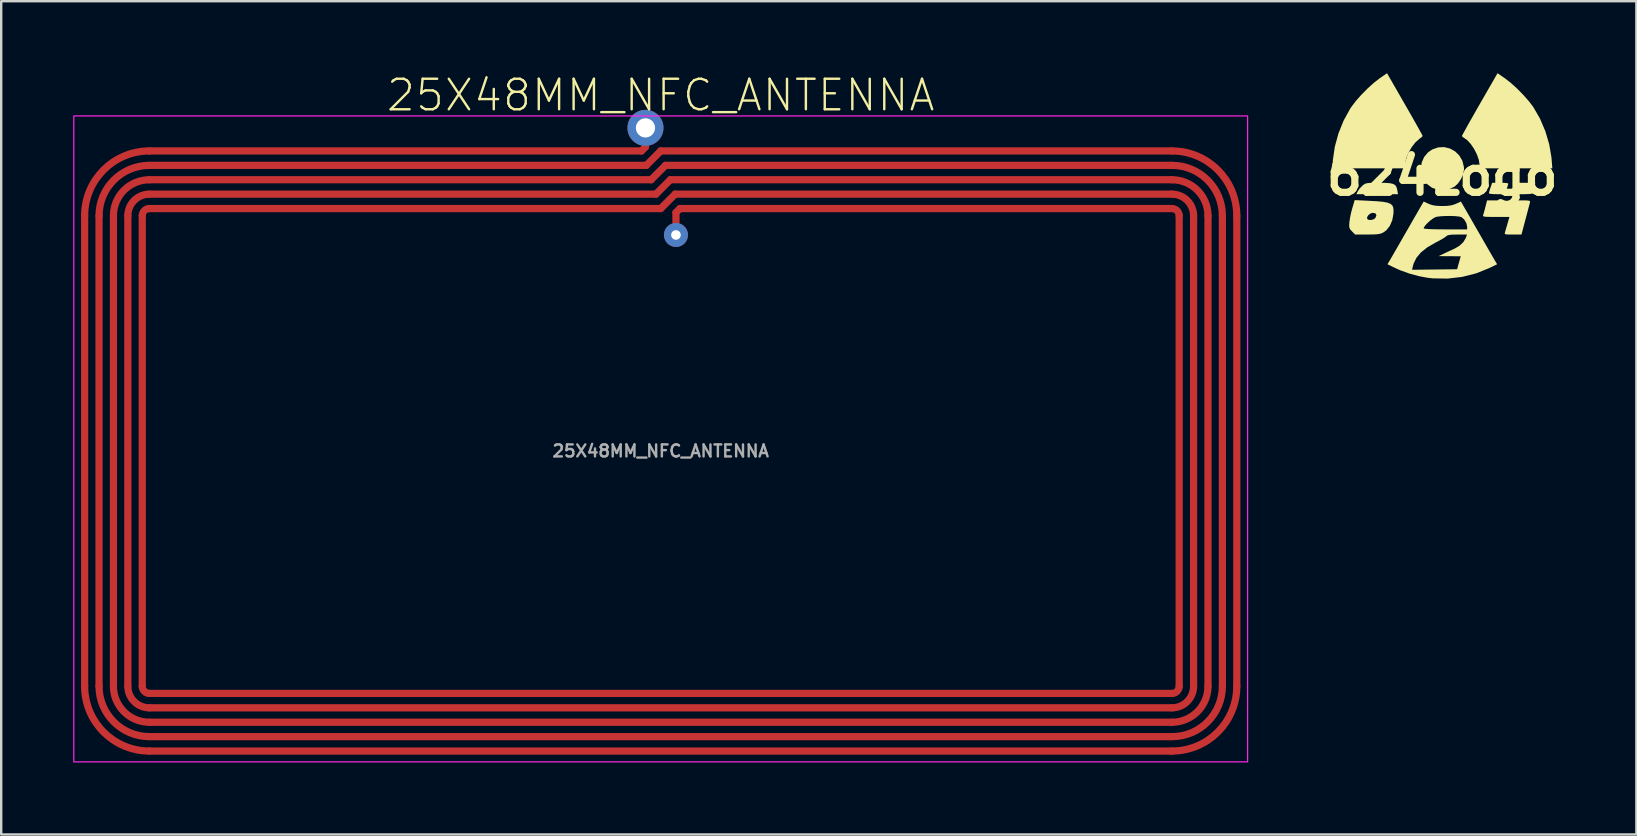
<source format=kicad_pcb>
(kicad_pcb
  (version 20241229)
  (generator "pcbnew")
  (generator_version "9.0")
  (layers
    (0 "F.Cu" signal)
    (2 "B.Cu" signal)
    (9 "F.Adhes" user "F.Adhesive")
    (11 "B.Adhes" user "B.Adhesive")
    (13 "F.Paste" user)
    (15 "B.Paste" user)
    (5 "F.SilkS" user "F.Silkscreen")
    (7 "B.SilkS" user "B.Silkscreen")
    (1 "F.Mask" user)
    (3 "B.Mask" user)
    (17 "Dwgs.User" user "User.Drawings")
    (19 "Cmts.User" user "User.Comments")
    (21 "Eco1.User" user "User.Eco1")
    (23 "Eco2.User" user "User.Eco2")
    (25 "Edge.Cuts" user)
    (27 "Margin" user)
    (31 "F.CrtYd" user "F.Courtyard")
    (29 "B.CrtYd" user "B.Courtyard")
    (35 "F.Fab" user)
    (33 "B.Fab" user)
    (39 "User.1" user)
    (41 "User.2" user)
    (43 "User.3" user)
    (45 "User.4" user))
  (footprint "25X48MM_NFC_ANTENNA"
    (layer "F.Cu")
    (at 24.476 15.739)
    (property "Reference" "25X48MM_NFC_ANTENNA" (at 0 -14.82 0) (layer "F.SilkS") (effects (font (size 1.27 1.27) (thickness 0.1))))
    (fp_line (start -24 -9.8) (end -24 9.8) (stroke (width 0.3) (type default)) (layer "F.Cu"))
    (fp_line (start -23.4 -9.8) (end -23.4 9.8) (stroke (width 0.3) (type default)) (layer "F.Cu"))
    (fp_line (start -22.8 -9.8) (end -22.8 9.8) (stroke (width 0.3) (type default)) (layer "F.Cu"))
    (fp_line (start -22.2 -9.8) (end -22.2 9.8) (stroke (width 0.3) (type default)) (layer "F.Cu"))
    (fp_line (start -21.6 -9.8) (end -21.6 9.8) (stroke (width 0.3) (type default)) (layer "F.Cu"))
    (fp_line (start -21.3 -11.9) (end -0.6 -11.9) (stroke (width 0.3) (type default)) (layer "F.Cu"))
    (fp_line (start -21.3 -11.3) (end -0.4 -11.3) (stroke (width 0.3) (type default)) (layer "F.Cu"))
    (fp_line (start -21.3 -10.7) (end -0.2 -10.7) (stroke (width 0.3) (type default)) (layer "F.Cu"))
    (fp_line (start -21.3 -10.1) (end 0 -10.1) (stroke (width 0.3) (type default)) (layer "F.Cu"))
    (fp_line (start -21.3 10.1) (end 21.3 10.1) (stroke (width 0.3) (type default)) (layer "F.Cu"))
    (fp_line (start -21.3 10.7) (end 21.3 10.7) (stroke (width 0.3) (type default)) (layer "F.Cu"))
    (fp_line (start -21.3 11.3) (end 21.3 11.3) (stroke (width 0.3) (type default)) (layer "F.Cu"))
    (fp_line (start -21.3 11.9) (end 21.3 11.9) (stroke (width 0.3) (type default)) (layer "F.Cu"))
    (fp_line (start -21.3 12.5) (end 21.3 12.5) (stroke (width 0.3) (type default)) (layer "F.Cu"))
    (fp_line (start -0.8 -12.5) (end -21.3 -12.5) (stroke (width 0.3) (type default)) (layer "F.Cu"))
    (fp_line (start -0.635 -13.462) (end -0.635 -13.335) (stroke (width 0.3) (type default)) (layer "F.Cu"))
    (fp_line (start -0.635 -13.335) (end -0.635 -12.665) (stroke (width 0.3) (type default)) (layer "F.Cu"))
    (fp_line (start -0.635 -12.665) (end -0.8 -12.5) (stroke (width 0.3) (type default)) (layer "F.Cu"))
    (fp_line (start -0.6 -11.9) (end 0 -12.5) (stroke (width 0.3) (type default)) (layer "F.Cu"))
    (fp_line (start -0.4 -11.3) (end 0.2 -11.9) (stroke (width 0.3) (type default)) (layer "F.Cu"))
    (fp_line (start -0.2 -10.7) (end 0.4 -11.3) (stroke (width 0.3) (type default)) (layer "F.Cu"))
    (fp_line (start 0 -12.5) (end 21.3 -12.5) (stroke (width 0.3) (type default)) (layer "F.Cu"))
    (fp_line (start 0 -10.1) (end 0.6 -10.7) (stroke (width 0.3) (type default)) (layer "F.Cu"))
    (fp_line (start 0.2 -11.9) (end 21.3 -11.9) (stroke (width 0.3) (type default)) (layer "F.Cu"))
    (fp_line (start 0.4 -11.3) (end 21.3 -11.3) (stroke (width 0.3) (type default)) (layer "F.Cu"))
    (fp_line (start 0.6 -10.7) (end 21.3 -10.7) (stroke (width 0.3) (type default)) (layer "F.Cu"))
    (fp_line (start 0.635 -9.935) (end 0.635 -9.525) (stroke (width 0.3) (type default)) (layer "F.Cu"))
    (fp_line (start 0.8 -10.1) (end 0.635 -9.935) (stroke (width 0.3) (type default)) (layer "F.Cu"))
    (fp_line (start 21.3 -10.1) (end 0.8 -10.1) (stroke (width 0.3) (type default)) (layer "F.Cu"))
    (fp_line (start 21.6 -9.8) (end 21.6 9.8) (stroke (width 0.3) (type default)) (layer "F.Cu"))
    (fp_line (start 22.2 -9.8) (end 22.2 9.8) (stroke (width 0.3) (type default)) (layer "F.Cu"))
    (fp_line (start 22.8 -9.8) (end 22.8 9.8) (stroke (width 0.3) (type default)) (layer "F.Cu"))
    (fp_line (start 23.4 -9.8) (end 23.4 9.8) (stroke (width 0.3) (type default)) (layer "F.Cu"))
    (fp_line (start 24 -9.8) (end 24 9.8) (stroke (width 0.3) (type default)) (layer "F.Cu"))
    (fp_arc (start -24 -9.8001) (mid -23.209159 -11.709359) (end -21.2999 -12.5001) (stroke (width 0.3) (type default)) (layer "F.Cu"))
    (fp_arc (start -23.4 -9.8001) (mid -22.784789 -11.284901) (end -21.2999 -11.8999) (stroke (width 0.3) (type default)) (layer "F.Cu"))
    (fp_arc (start -22.8001 -9.8001) (mid -22.360683 -10.860796) (end -21.2999 -11.3) (stroke (width 0.3) (type default)) (layer "F.Cu"))
    (fp_arc (start -22.1999 -9.8001) (mid -21.936296 -10.436496) (end -21.2999 -10.7) (stroke (width 0.3) (type default)) (layer "F.Cu"))
    (fp_arc (start -21.5999 -9.8001) (mid -21.512032 -10.012232) (end -21.2999 -10.1001) (stroke (width 0.3) (type default)) (layer "F.Cu"))
    (fp_arc (start -21.2999 10.1001) (mid -21.512032 10.012232) (end -21.5999 9.8001) (stroke (width 0.3) (type default)) (layer "F.Cu"))
    (fp_arc (start -21.2999 10.7) (mid -21.936225 10.436425) (end -22.1999 9.8001) (stroke (width 0.3) (type default)) (layer "F.Cu"))
    (fp_arc (start -21.2999 11.3) (mid -22.360683 10.860796) (end -22.8001 9.8001) (stroke (width 0.3) (type default)) (layer "F.Cu"))
    (fp_arc (start -21.2999 11.8999) (mid -22.784789 11.284901) (end -23.4 9.8001) (stroke (width 0.3) (type default)) (layer "F.Cu"))
    (fp_arc (start -21.2999 12.5001) (mid -23.209088 11.709288) (end -24 9.8001) (stroke (width 0.3) (type default)) (layer "F.Cu"))
    (fp_arc (start 21.2999 -12.5001) (mid 23.209088 -11.709288) (end 24 -9.8001) (stroke (width 0.3) (type default)) (layer "F.Cu"))
    (fp_arc (start 21.2999 -11.8999) (mid 22.784789 -11.284901) (end 23.4 -9.8001) (stroke (width 0.3) (type default)) (layer "F.Cu"))
    (fp_arc (start 21.2999 -11.3) (mid 22.360683 -10.860796) (end 22.8001 -9.8001) (stroke (width 0.3) (type default)) (layer "F.Cu"))
    (fp_arc (start 21.2999 -10.7) (mid 21.936225 -10.436425) (end 22.1999 -9.8001) (stroke (width 0.3) (type default)) (layer "F.Cu"))
    (fp_arc (start 21.2999 -10.1001) (mid 21.512032 -10.012232) (end 21.5999 -9.8001) (stroke (width 0.3) (type default)) (layer "F.Cu"))
    (fp_arc (start 21.5999 9.8001) (mid 21.512032 10.012232) (end 21.2999 10.1001) (stroke (width 0.3) (type default)) (layer "F.Cu"))
    (fp_arc (start 22.1999 9.8001) (mid 21.936296 10.436496) (end 21.2999 10.7) (stroke (width 0.3) (type default)) (layer "F.Cu"))
    (fp_arc (start 22.8001 9.8001) (mid 22.360683 10.860796) (end 21.2999 11.3) (stroke (width 0.3) (type default)) (layer "F.Cu"))
    (fp_arc (start 23.4 9.8001) (mid 22.784789 11.284901) (end 21.2999 11.8999) (stroke (width 0.3) (type default)) (layer "F.Cu"))
    (fp_arc (start 24 9.8001) (mid 23.209159 11.709359) (end 21.2999 12.5001) (stroke (width 0.3) (type default)) (layer "F.Cu"))
    (fp_line (start -24 -9.8) (end -24 9.8) (stroke (width 0.402) (type default)) (layer "F.Mask"))
    (fp_line (start -23.4 -9.8) (end -23.4 9.8) (stroke (width 0.402) (type default)) (layer "F.Mask"))
    (fp_line (start -22.8 -9.8) (end -22.8 9.8) (stroke (width 0.402) (type default)) (layer "F.Mask"))
    (fp_line (start -22.2 -9.8) (end -22.2 9.8) (stroke (width 0.402) (type default)) (layer "F.Mask"))
    (fp_line (start -21.6 -9.8) (end -21.6 9.8) (stroke (width 0.402) (type default)) (layer "F.Mask"))
    (fp_line (start -21.3 -11.9) (end -0.6 -11.9) (stroke (width 0.402) (type default)) (layer "F.Mask"))
    (fp_line (start -21.3 -11.3) (end -0.4 -11.3) (stroke (width 0.402) (type default)) (layer "F.Mask"))
    (fp_line (start -21.3 -10.7) (end -0.2 -10.7) (stroke (width 0.402) (type default)) (layer "F.Mask"))
    (fp_line (start -21.3 -10.1) (end 0 -10.1) (stroke (width 0.402) (type default)) (layer "F.Mask"))
    (fp_line (start -21.3 10.1) (end 21.3 10.1) (stroke (width 0.402) (type default)) (layer "F.Mask"))
    (fp_line (start -21.3 10.7) (end 21.3 10.7) (stroke (width 0.402) (type default)) (layer "F.Mask"))
    (fp_line (start -21.3 11.3) (end 21.3 11.3) (stroke (width 0.402) (type default)) (layer "F.Mask"))
    (fp_line (start -21.3 11.9) (end 21.3 11.9) (stroke (width 0.402) (type default)) (layer "F.Mask"))
    (fp_line (start -21.3 12.5) (end 21.3 12.5) (stroke (width 0.402) (type default)) (layer "F.Mask"))
    (fp_line (start -0.8 -12.5) (end -21.3 -12.5) (stroke (width 0.402) (type default)) (layer "F.Mask"))
    (fp_line (start -0.635 -13.462) (end -0.635 -13.335) (stroke (width 0.402) (type default)) (layer "F.Mask"))
    (fp_line (start -0.635 -13.335) (end -0.635 -12.665) (stroke (width 0.402) (type default)) (layer "F.Mask"))
    (fp_line (start -0.635 -12.665) (end -0.8 -12.5) (stroke (width 0.402) (type default)) (layer "F.Mask"))
    (fp_line (start -0.6 -11.9) (end 0 -12.5) (stroke (width 0.402) (type default)) (layer "F.Mask"))
    (fp_line (start -0.4 -11.3) (end 0.2 -11.9) (stroke (width 0.402) (type default)) (layer "F.Mask"))
    (fp_line (start -0.2 -10.7) (end 0.4 -11.3) (stroke (width 0.402) (type default)) (layer "F.Mask"))
    (fp_line (start 0 -12.5) (end 21.3 -12.5) (stroke (width 0.402) (type default)) (layer "F.Mask"))
    (fp_line (start 0 -10.1) (end 0.6 -10.7) (stroke (width 0.402) (type default)) (layer "F.Mask"))
    (fp_line (start 0.2 -11.9) (end 21.3 -11.9) (stroke (width 0.402) (type default)) (layer "F.Mask"))
    (fp_line (start 0.4 -11.3) (end 21.3 -11.3) (stroke (width 0.402) (type default)) (layer "F.Mask"))
    (fp_line (start 0.6 -10.7) (end 21.3 -10.7) (stroke (width 0.402) (type default)) (layer "F.Mask"))
    (fp_line (start 21.3 -10.1) (end 0.8 -10.1) (stroke (width 0.402) (type default)) (layer "F.Mask"))
    (fp_line (start 21.6 -9.8) (end 21.6 9.8) (stroke (width 0.402) (type default)) (layer "F.Mask"))
    (fp_line (start 22.2 -9.8) (end 22.2 9.8) (stroke (width 0.402) (type default)) (layer "F.Mask"))
    (fp_line (start 22.8 -9.8) (end 22.8 9.8) (stroke (width 0.402) (type default)) (layer "F.Mask"))
    (fp_line (start 23.4 -9.8) (end 23.4 9.8) (stroke (width 0.402) (type default)) (layer "F.Mask"))
    (fp_line (start 24 -9.8) (end 24 9.8) (stroke (width 0.402) (type default)) (layer "F.Mask"))
    (fp_arc (start -24 -9.8001) (mid -23.209159 -11.709359) (end -21.2999 -12.5001) (stroke (width 0.4016) (type default)) (layer "F.Mask"))
    (fp_arc (start -23.4 -9.8001) (mid -22.784789 -11.284901) (end -21.2999 -11.8999) (stroke (width 0.4016) (type default)) (layer "F.Mask"))
    (fp_arc (start -22.8001 -9.8001) (mid -22.360683 -10.860796) (end -21.2999 -11.3) (stroke (width 0.4016) (type default)) (layer "F.Mask"))
    (fp_arc (start -22.1999 -9.8001) (mid -21.936296 -10.436496) (end -21.2999 -10.7) (stroke (width 0.4016) (type default)) (layer "F.Mask"))
    (fp_arc (start -21.5999 -9.8001) (mid -21.512032 -10.012232) (end -21.2999 -10.1001) (stroke (width 0.4016) (type default)) (layer "F.Mask"))
    (fp_arc (start -21.2999 10.1001) (mid -21.512032 10.012232) (end -21.5999 9.8001) (stroke (width 0.4016) (type default)) (layer "F.Mask"))
    (fp_arc (start -21.2999 10.7) (mid -21.936225 10.436425) (end -22.1999 9.8001) (stroke (width 0.4016) (type default)) (layer "F.Mask"))
    (fp_arc (start -21.2999 11.3) (mid -22.360683 10.860796) (end -22.8001 9.8001) (stroke (width 0.4016) (type default)) (layer "F.Mask"))
    (fp_arc (start -21.2999 11.8999) (mid -22.784789 11.284901) (end -23.4 9.8001) (stroke (width 0.4016) (type default)) (layer "F.Mask"))
    (fp_arc (start -21.2999 12.5001) (mid -23.209088 11.709288) (end -24 9.8001) (stroke (width 0.4016) (type default)) (layer "F.Mask"))
    (fp_arc (start 21.2999 -12.5001) (mid 23.209088 -11.709288) (end 24 -9.8001) (stroke (width 0.4016) (type default)) (layer "F.Mask"))
    (fp_arc (start 21.2999 -11.8999) (mid 22.784789 -11.284901) (end 23.4 -9.8001) (stroke (width 0.4016) (type default)) (layer "F.Mask"))
    (fp_arc (start 21.2999 -11.3) (mid 22.360683 -10.860796) (end 22.8001 -9.8001) (stroke (width 0.4016) (type default)) (layer "F.Mask"))
    (fp_arc (start 21.2999 -10.7) (mid 21.936225 -10.436425) (end 22.1999 -9.8001) (stroke (width 0.4016) (type default)) (layer "F.Mask"))
    (fp_arc (start 21.2999 -10.1001) (mid 21.512032 -10.012232) (end 21.5999 -9.8001) (stroke (width 0.4016) (type default)) (layer "F.Mask"))
    (fp_arc (start 21.5999 9.8001) (mid 21.512032 10.012232) (end 21.2999 10.1001) (stroke (width 0.4016) (type default)) (layer "F.Mask"))
    (fp_arc (start 22.1999 9.8001) (mid 21.936296 10.436496) (end 21.2999 10.7) (stroke (width 0.4016) (type default)) (layer "F.Mask"))
    (fp_arc (start 22.8001 9.8001) (mid 22.360683 10.860796) (end 21.2999 11.3) (stroke (width 0.4016) (type default)) (layer "F.Mask"))
    (fp_arc (start 23.4 9.8001) (mid 22.784789 11.284901) (end 21.2999 11.8999) (stroke (width 0.4016) (type default)) (layer "F.Mask"))
    (fp_arc (start 24 9.8001) (mid 23.209159 11.709359) (end 21.2999 12.5001) (stroke (width 0.4016) (type default)) (layer "F.Mask"))
    (fp_rect (start -24.451 -13.96) (end 24.451 12.951) (stroke (width 0.05) (type default)) (fill no) (layer "F.CrtYd"))
    (fp_text user "${REFERENCE}" (at 0 0 0) (layer "F.Fab") (effects (font (size 0.5 0.5) (thickness 0.1))))
    (pad "1" thru_hole circle (at -0.635 -13.462) (size 1.5 1.5) (drill 0.8) (layers "*.Cu" "*.Mask"))
    (pad "2" thru_hole oval (at 0.635 -9) (size 1 1) (drill 0.4) (layers "*.Cu" "*.Mask"))
    (pad "P$1" smd rect (at -0.635 -13.335 90) (size 0.75 0.3) (layers "F.Cu" "F.Mask" "F.Paste")))
  (footprint "624Logo"
    (layer "F.Cu")
    (at 57.037 4.285)
    (property "Reference" "624Logo" (at 0 0 0) (layer "F.SilkS") (effects (font (size 1.5 1.5) (thickness 0.3))))
    (attr board_only exclude_from_pos_files exclude_from_bom)
    (fp_poly (pts (xy 3.815 0.485) (xy 3.779 0.61) (xy 3.756 0.699) (xy 3.752 0.722) (xy 3.712 0.737) (xy 3.606 0.749) (xy 3.455 0.754) (xy 3.402 0.755) (xy 3.052 0.755) (xy 3.081 0.642) (xy 3.112 0.509) (xy 3.134 0.405) (xy 3.159 0.28) (xy 3.518 0.28) (xy 3.877 0.28)) (stroke (width 0) (type solid)) (fill yes) (layer "F.SilkS"))
    (fp_poly (pts (xy 2.598 0.283) (xy 2.7 0.293) (xy 2.744 0.312) (xy 2.745 0.342) (xy 2.719 0.422) (xy 2.684 0.543) (xy 2.674 0.579) (xy 2.627 0.755) (xy 2.284 0.755) (xy 2.124 0.751) (xy 2.004 0.74) (xy 1.944 0.724) (xy 1.941 0.719) (xy 1.954 0.661) (xy 1.986 0.551) (xy 2.009 0.482) (xy 2.078 0.28) (xy 2.424 0.28)) (stroke (width 0) (type solid)) (fill yes) (layer "F.SilkS"))
    (fp_poly (pts (xy -2.368 0.284) (xy -2.176 0.298) (xy -2.045 0.328) (xy -1.96 0.379) (xy -1.909 0.457) (xy -1.878 0.568) (xy -1.873 0.593) (xy -1.845 0.755) (xy -2.713 0.755) (xy -3.582 0.755) (xy -3.517 0.63) (xy -3.44 0.518) (xy -3.334 0.407) (xy -3.319 0.393) (xy -3.26 0.347) (xy -3.201 0.315) (xy -3.125 0.296) (xy -3.014 0.285) (xy -2.851 0.281) (xy -2.632 0.28)) (stroke (width 0) (type solid)) (fill yes) (layer "F.SilkS"))
    (fp_poly (pts (xy 0.323 -1.146) (xy 0.537 -1.026) (xy 0.713 -0.852) (xy 0.839 -0.632) (xy 0.901 -0.376) (xy 0.906 -0.282) (xy 0.872 -0.087) (xy 0.782 0.12) (xy 0.653 0.309) (xy 0.506 0.444) (xy 0.286 0.542) (xy 0.034 0.581) (xy -0.221 0.56) (xy -0.431 0.485) (xy -0.639 0.33) (xy -0.785 0.131) (xy -0.869 -0.098) (xy -0.892 -0.34) (xy -0.852 -0.58) (xy -0.751 -0.802) (xy -0.589 -0.992) (xy -0.418 -1.108) (xy -0.167 -1.196) (xy 0.084 -1.206)) (stroke (width 0) (type solid)) (fill yes) (layer "F.SilkS"))
    (fp_poly (pts (xy 2.61 -4.072) (xy 2.851 -3.885) (xy 3.113 -3.648) (xy 3.372 -3.385) (xy 3.607 -3.119) (xy 3.792 -2.875) (xy 3.793 -2.873) (xy 4.069 -2.396) (xy 4.292 -1.872) (xy 4.455 -1.324) (xy 4.548 -0.778) (xy 4.556 -0.683) (xy 4.584 -0.323) (xy 3.068 -0.323) (xy 1.552 -0.323) (xy 1.552 -0.473) (xy 1.523 -0.672) (xy 1.444 -0.898) (xy 1.328 -1.126) (xy 1.189 -1.333) (xy 1.041 -1.495) (xy 0.934 -1.571) (xy 0.853 -1.625) (xy 0.819 -1.67) (xy 0.84 -1.715) (xy 0.899 -1.825) (xy 0.992 -1.993) (xy 1.112 -2.209) (xy 1.257 -2.464) (xy 1.419 -2.75) (xy 1.56 -2.996) (xy 2.302 -4.285)) (stroke (width 0) (type solid)) (fill yes) (layer "F.SilkS"))
    (fp_poly (pts (xy -1.561 -2.995) (xy -1.387 -2.692) (xy -1.227 -2.412) (xy -1.087 -2.164) (xy -0.971 -1.957) (xy -0.885 -1.801) (xy -0.833 -1.703) (xy -0.819 -1.672) (xy -0.852 -1.629) (xy -0.933 -1.565) (xy -0.952 -1.552) (xy -1.115 -1.409) (xy -1.271 -1.209) (xy -1.405 -0.977) (xy -1.503 -0.74) (xy -1.55 -0.523) (xy -1.552 -0.474) (xy -1.552 -0.323) (xy -3.068 -0.323) (xy -4.584 -0.323) (xy -4.556 -0.683) (xy -4.477 -1.226) (xy -4.326 -1.775) (xy -4.113 -2.306) (xy -3.845 -2.793) (xy -3.793 -2.873) (xy -3.609 -3.117) (xy -3.375 -3.383) (xy -3.115 -3.646) (xy -2.853 -3.883) (xy -2.612 -4.07) (xy -2.61 -4.072) (xy -2.302 -4.285)) (stroke (width 0) (type solid)) (fill yes) (layer "F.SilkS"))
    (fp_poly (pts (xy -3.043 1.031) (xy -2.716 1.049) (xy -2.466 1.073) (xy -2.283 1.107) (xy -2.158 1.156) (xy -2.08 1.226) (xy -2.04 1.321) (xy -2.03 1.447) (xy -2.035 1.575) (xy -2.085 1.844) (xy -2.187 2.078) (xy -2.333 2.261) (xy -2.439 2.339) (xy -2.523 2.381) (xy -2.613 2.409) (xy -2.726 2.425) (xy -2.885 2.433) (xy -3.11 2.436) (xy -3.119 2.436) (xy -3.629 2.437) (xy -3.761 2.305) (xy -3.835 2.224) (xy -3.871 2.151) (xy -3.879 2.055) (xy -3.87 1.919) (xy -3.845 1.748) (xy -3.838 1.714) (xy -3.132 1.714) (xy -3.128 1.788) (xy -3.058 1.829) (xy -2.952 1.829) (xy -2.846 1.793) (xy -2.787 1.742) (xy -2.743 1.634) (xy -2.776 1.561) (xy -2.881 1.531) (xy -2.893 1.531) (xy -2.993 1.559) (xy -3.081 1.629) (xy -3.132 1.714) (xy -3.838 1.714) (xy -3.802 1.539) (xy -3.749 1.338) (xy -3.748 1.334) (xy -3.649 1.001)) (stroke (width 0) (type solid)) (fill yes) (layer "F.SilkS"))
    (fp_poly (pts (xy 2.38 1.015) (xy 2.481 1.022) (xy 2.528 1.04) (xy 2.537 1.072) (xy 2.532 1.1) (xy 2.527 1.151) (xy 2.562 1.177) (xy 2.656 1.185) (xy 2.718 1.186) (xy 2.85 1.179) (xy 2.921 1.153) (xy 2.954 1.1) (xy 2.977 1.056) (xy 3.023 1.031) (xy 3.113 1.018) (xy 3.264 1.014) (xy 3.328 1.013) (xy 3.501 1.015) (xy 3.603 1.023) (xy 3.65 1.042) (xy 3.659 1.073) (xy 3.656 1.089) (xy 3.638 1.156) (xy 3.603 1.289) (xy 3.554 1.473) (xy 3.497 1.69) (xy 3.468 1.8) (xy 3.299 2.437) (xy 2.941 2.437) (xy 2.766 2.435) (xy 2.661 2.429) (xy 2.612 2.413) (xy 2.601 2.383) (xy 2.61 2.346) (xy 2.637 2.258) (xy 2.678 2.119) (xy 2.718 1.979) (xy 2.797 1.703) (xy 2.235 1.703) (xy 2.005 1.702) (xy 1.849 1.698) (xy 1.754 1.69) (xy 1.707 1.674) (xy 1.695 1.651) (xy 1.7 1.632) (xy 1.724 1.554) (xy 1.761 1.423) (xy 1.796 1.287) (xy 1.865 1.013) (xy 2.21 1.013)) (stroke (width 0) (type solid)) (fill yes) (layer "F.SilkS"))
    (fp_poly (pts (xy 0.942 1.35) (xy 1.013 1.473) (xy 1.118 1.654) (xy 1.248 1.881) (xy 1.394 2.136) (xy 1.549 2.404) (xy 1.617 2.523) (xy 1.765 2.781) (xy 1.903 3.021) (xy 2.024 3.23) (xy 2.12 3.396) (xy 2.185 3.507) (xy 2.204 3.54) (xy 2.284 3.674) (xy 1.96 3.832) (xy 1.409 4.054) (xy 0.825 4.201) (xy 0.221 4.271) (xy -0.388 4.262) (xy -0.582 4.242) (xy -0.961 4.173) (xy -1.364 4.064) (xy -1.75 3.925) (xy -1.798 3.904) (xy -1.258 3.904) (xy -0.32 3.893) (xy 0.617 3.881) (xy 0.693 3.612) (xy 0.769 3.342) (xy 0.309 3.339) (xy -0.151 3.335) (xy 0.088 3.22) (xy 0.255 3.141) (xy 0.423 3.064) (xy 0.508 3.026) (xy 0.713 2.907) (xy 0.878 2.75) (xy 0.981 2.577) (xy 0.985 2.567) (xy 1.03 2.437) (xy 0.628 2.437) (xy 0.425 2.44) (xy 0.291 2.452) (xy 0.21 2.474) (xy 0.169 2.505) (xy 0.108 2.553) (xy -0.012 2.627) (xy -0.169 2.714) (xy -0.27 2.766) (xy -0.619 2.966) (xy -0.887 3.178) (xy -1.078 3.406) (xy -1.198 3.655) (xy -1.227 3.763) (xy -1.258 3.904) (xy -1.798 3.904) (xy -1.959 3.833) (xy -2.284 3.674) (xy -2.204 3.54) (xy -2.16 3.465) (xy -2.08 3.328) (xy -1.972 3.141) (xy -1.843 2.916) (xy -1.699 2.667) (xy -1.617 2.523) (xy -1.462 2.253) (xy -1.418 2.177) (xy -0.776 2.177) (xy -0.734 2.193) (xy -0.607 2.206) (xy -0.401 2.215) (xy -0.116 2.22) (xy 0.129 2.221) (xy 1.035 2.221) (xy 1.035 2.109) (xy 1.001 1.956) (xy 0.915 1.811) (xy 0.8 1.712) (xy 0.789 1.707) (xy 0.689 1.684) (xy 0.529 1.669) (xy 0.333 1.662) (xy 0.126 1.664) (xy -0.066 1.675) (xy -0.22 1.694) (xy -0.265 1.704) (xy -0.365 1.753) (xy -0.486 1.841) (xy -0.608 1.949) (xy -0.709 2.057) (xy -0.768 2.147) (xy -0.776 2.177) (xy -1.418 2.177) (xy -1.311 1.99) (xy -1.172 1.749) (xy -1.055 1.546) (xy -0.969 1.396) (xy -0.942 1.35) (xy -0.775 1.062) (xy -0.571 1.155) (xy -0.429 1.207) (xy -0.273 1.236) (xy -0.07 1.247) (xy -0.000001 1.248) (xy 0.221 1.241) (xy 0.388 1.217) (xy 0.531 1.172) (xy 0.571 1.155) (xy 0.775 1.062)) (stroke (width 0) (type solid)) (fill yes) (layer "F.SilkS")))
  (gr_rect
    (start -3 -3)
    (end 65.123 31.714)
    (stroke (width 0.1) (type default))
    (fill no)
    (layer "Edge.Cuts")))
</source>
